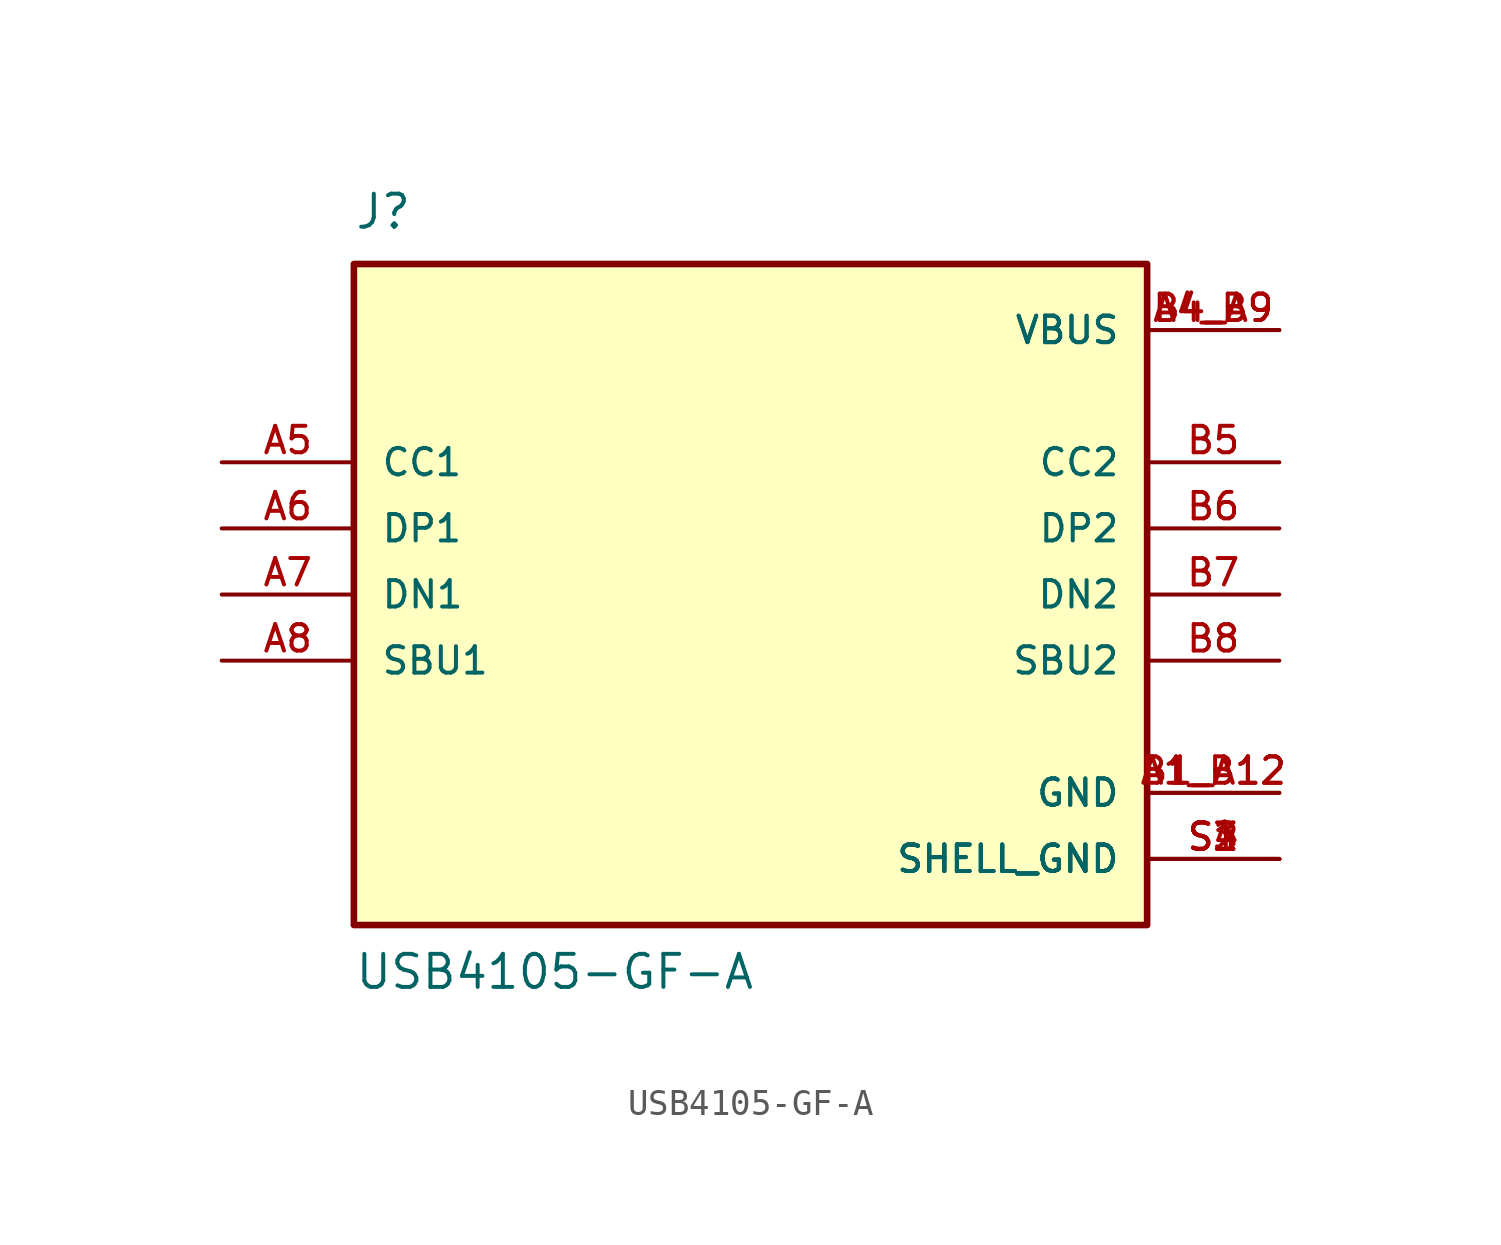
<source format=kicad_sym>
(kicad_symbol_lib
  (version 20211014)
  (generator kicad_symbol_editor)
  (symbol "USB4105-GF-A"
    (pin_names
      (offset 1.016))
    (property "Reference" "J"
      (at -15.24 13.97 0)
      (effects (font (size 1.27 1.27)) (justify bottom left)))
    (property "Value" "USB4105-GF-A"
      (at -15.24 -15.24 0)
      (effects (font (size 1.27 1.27)) (justify bottom left)))
    (symbol "USB4105-GF-A_0_0"
      (rectangle (start -15.24 -12.7) (end 15.24 12.7) (stroke (width 0.254)) (fill (type background)))
      (pin bidirectional line (at -20.32 5.08 0) (length 5.08) (name "CC1" (effects (font (size 1.016 1.016)))) (number "A5" (effects (font (size 1.016 1.016)))))
      (pin bidirectional line (at -20.32 2.54 0) (length 5.08) (name "DP1" (effects (font (size 1.016 1.016)))) (number "A6" (effects (font (size 1.016 1.016)))))
      (pin bidirectional line (at -20.32 0.0 0) (length 5.08) (name "DN1" (effects (font (size 1.016 1.016)))) (number "A7" (effects (font (size 1.016 1.016)))))
      (pin bidirectional line (at -20.32 -2.54 0) (length 5.08) (name "SBU1" (effects (font (size 1.016 1.016)))) (number "A8" (effects (font (size 1.016 1.016)))))
      (pin power_in line (at 20.32 10.16 180.0) (length 5.08) (name "VBUS" (effects (font (size 1.016 1.016)))) (number "A4_B9" (effects (font (size 1.016 1.016)))))
      (pin power_in line (at 20.32 10.16 180.0) (length 5.08) (name "VBUS" (effects (font (size 1.016 1.016)))) (number "B4_A9" (effects (font (size 1.016 1.016)))))
      (pin bidirectional line (at 20.32 5.08 180.0) (length 5.08) (name "CC2" (effects (font (size 1.016 1.016)))) (number "B5" (effects (font (size 1.016 1.016)))))
      (pin bidirectional line (at 20.32 2.54 180.0) (length 5.08) (name "DP2" (effects (font (size 1.016 1.016)))) (number "B6" (effects (font (size 1.016 1.016)))))
      (pin bidirectional line (at 20.32 0.0 180.0) (length 5.08) (name "DN2" (effects (font (size 1.016 1.016)))) (number "B7" (effects (font (size 1.016 1.016)))))
      (pin bidirectional line (at 20.32 -2.54 180.0) (length 5.08) (name "SBU2" (effects (font (size 1.016 1.016)))) (number "B8" (effects (font (size 1.016 1.016)))))
      (pin power_in line (at 20.32 -7.62 180.0) (length 5.08) (name "GND" (effects (font (size 1.016 1.016)))) (number "A1_B12" (effects (font (size 1.016 1.016)))))
      (pin power_in line (at 20.32 -7.62 180.0) (length 5.08) (name "GND" (effects (font (size 1.016 1.016)))) (number "B1_A12" (effects (font (size 1.016 1.016)))))
      (pin power_in line (at 20.32 -10.16 180.0) (length 5.08) (name "SHELL_GND" (effects (font (size 1.016 1.016)))) (number "S1" (effects (font (size 1.016 1.016)))))
      (pin power_in line (at 20.32 -10.16 180.0) (length 5.08) (name "SHELL_GND" (effects (font (size 1.016 1.016)))) (number "S2" (effects (font (size 1.016 1.016)))))
      (pin power_in line (at 20.32 -10.16 180.0) (length 5.08) (name "SHELL_GND" (effects (font (size 1.016 1.016)))) (number "S3" (effects (font (size 1.016 1.016)))))
      (pin power_in line (at 20.32 -10.16 180.0) (length 5.08) (name "SHELL_GND" (effects (font (size 1.016 1.016)))) (number "S4" (effects (font (size 1.016 1.016))))))))
</source>
